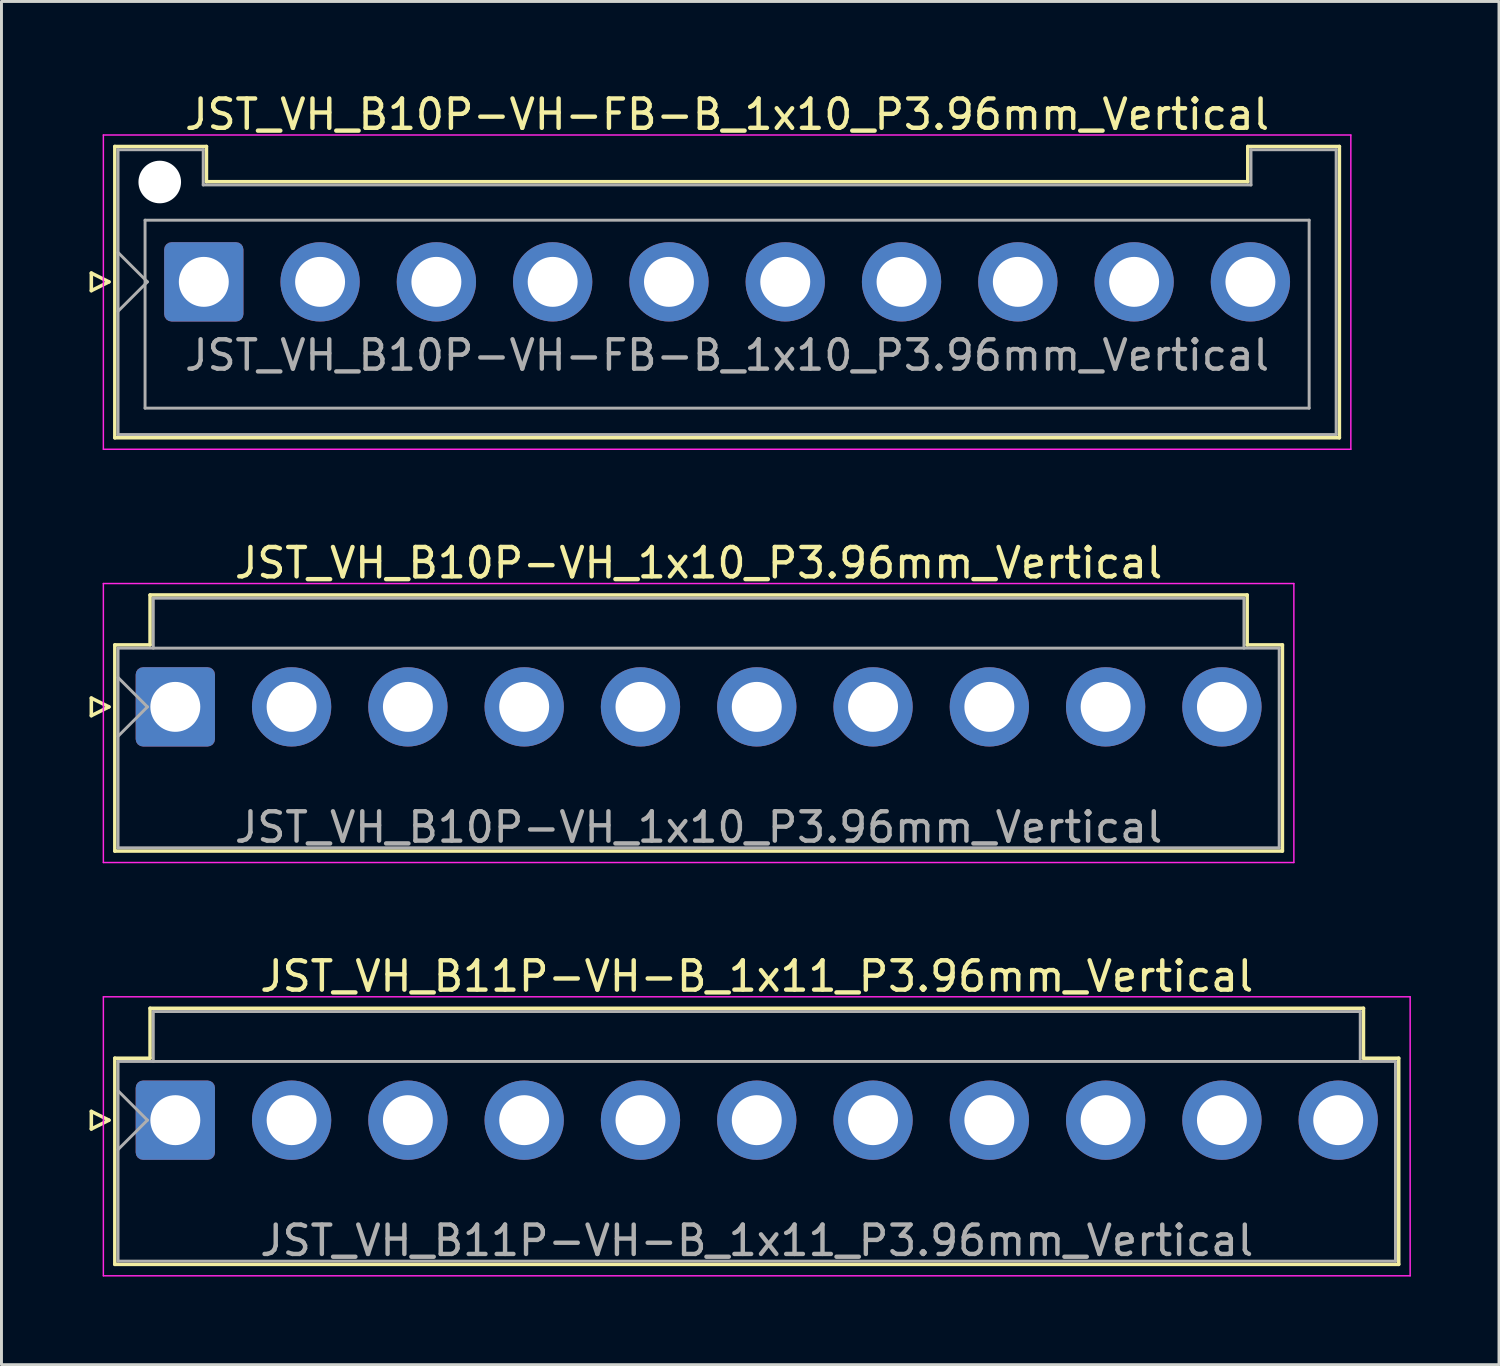
<source format=kicad_pcb>
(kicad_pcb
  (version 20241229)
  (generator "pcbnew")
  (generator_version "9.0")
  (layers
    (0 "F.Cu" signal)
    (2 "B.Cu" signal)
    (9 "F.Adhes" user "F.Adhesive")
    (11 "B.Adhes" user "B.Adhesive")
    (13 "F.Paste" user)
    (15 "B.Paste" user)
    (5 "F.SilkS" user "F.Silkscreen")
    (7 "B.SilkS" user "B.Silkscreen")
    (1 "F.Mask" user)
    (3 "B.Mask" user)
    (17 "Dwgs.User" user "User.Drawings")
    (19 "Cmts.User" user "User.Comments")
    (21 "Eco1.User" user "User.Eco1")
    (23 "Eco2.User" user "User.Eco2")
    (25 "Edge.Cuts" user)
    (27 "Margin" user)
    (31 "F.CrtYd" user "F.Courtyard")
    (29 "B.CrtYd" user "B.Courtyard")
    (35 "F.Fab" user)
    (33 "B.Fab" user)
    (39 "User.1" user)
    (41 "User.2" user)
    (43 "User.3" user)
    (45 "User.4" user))
  (footprint "JST_VH_B10P-VH_1x10_P3.96mm_Vertical"
    (layer "F.Cu")
    (at 2.92 21.021)
    (property "Reference" "JST_VH_B10P-VH_1x10_P3.96mm_Vertical" (at 17.82 -4.9 0) (layer "F.SilkS") (effects (font (size 1 1) (thickness 0.15))))
    (attr through_hole)
    (fp_line (start -2.86 -0.3) (end -2.26 0) (stroke (width 0.12) (type solid)) (layer "F.SilkS"))
    (fp_line (start -2.86 0.3) (end -2.86 -0.3) (stroke (width 0.12) (type solid)) (layer "F.SilkS"))
    (fp_line (start -2.26 0) (end -2.86 0.3) (stroke (width 0.12) (type solid)) (layer "F.SilkS"))
    (fp_line (start -2.06 -2.11) (end -0.86 -2.11) (stroke (width 0.12) (type solid)) (layer "F.SilkS"))
    (fp_line (start -2.06 4.91) (end -2.06 -2.11) (stroke (width 0.12) (type solid)) (layer "F.SilkS"))
    (fp_line (start -0.86 -3.81) (end 36.5 -3.81) (stroke (width 0.12) (type solid)) (layer "F.SilkS"))
    (fp_line (start -0.86 -2.11) (end -0.86 -3.81) (stroke (width 0.12) (type solid)) (layer "F.SilkS"))
    (fp_line (start 36.5 -3.81) (end 36.5 -2.11) (stroke (width 0.12) (type solid)) (layer "F.SilkS"))
    (fp_line (start 36.5 -2.11) (end 37.7 -2.11) (stroke (width 0.12) (type solid)) (layer "F.SilkS"))
    (fp_line (start 37.7 -2.11) (end 37.7 4.91) (stroke (width 0.12) (type solid)) (layer "F.SilkS"))
    (fp_line (start 37.7 4.91) (end -2.06 4.91) (stroke (width 0.12) (type solid)) (layer "F.SilkS"))
    (fp_line (start -2.45 -4.2) (end -2.45 5.3) (stroke (width 0.05) (type solid)) (layer "F.CrtYd"))
    (fp_line (start -2.45 5.3) (end 38.09 5.3) (stroke (width 0.05) (type solid)) (layer "F.CrtYd"))
    (fp_line (start 38.09 -4.2) (end -2.45 -4.2) (stroke (width 0.05) (type solid)) (layer "F.CrtYd"))
    (fp_line (start 38.09 5.3) (end 38.09 -4.2) (stroke (width 0.05) (type solid)) (layer "F.CrtYd"))
    (fp_line (start -1.95 -2) (end -1.95 4.8) (stroke (width 0.1) (type solid)) (layer "F.Fab"))
    (fp_line (start -1.95 -1) (end -0.95 0) (stroke (width 0.1) (type solid)) (layer "F.Fab"))
    (fp_line (start -1.95 1) (end -0.95 0) (stroke (width 0.1) (type solid)) (layer "F.Fab"))
    (fp_line (start -1.95 4.8) (end 37.59 4.8) (stroke (width 0.1) (type solid)) (layer "F.Fab"))
    (fp_line (start -0.75 -3.7) (end 36.39 -3.7) (stroke (width 0.1) (type solid)) (layer "F.Fab"))
    (fp_line (start -0.75 -2) (end -0.75 -3.7) (stroke (width 0.1) (type solid)) (layer "F.Fab"))
    (fp_line (start 36.39 -3.7) (end 36.39 -2) (stroke (width 0.1) (type solid)) (layer "F.Fab"))
    (fp_line (start 37.59 -2) (end -1.95 -2) (stroke (width 0.1) (type solid)) (layer "F.Fab"))
    (fp_line (start 37.59 4.8) (end 37.59 -2) (stroke (width 0.1) (type solid)) (layer "F.Fab"))
    (fp_text user "${REFERENCE}" (at 17.82 4.1 0) (layer "F.Fab") (effects (font (size 1 1) (thickness 0.15))))
    (pad "1" thru_hole roundrect (at 0 0) (size 2.7 2.7) (drill 1.7) (layers "*.Cu" "*.Mask") (roundrect_rratio 0.093))
    (pad "2" thru_hole circle (at 3.96 0) (size 2.7 2.7) (drill 1.7) (layers "*.Cu" "*.Mask"))
    (pad "3" thru_hole circle (at 7.92 0) (size 2.7 2.7) (drill 1.7) (layers "*.Cu" "*.Mask"))
    (pad "4" thru_hole circle (at 11.88 0) (size 2.7 2.7) (drill 1.7) (layers "*.Cu" "*.Mask"))
    (pad "5" thru_hole circle (at 15.84 0) (size 2.7 2.7) (drill 1.7) (layers "*.Cu" "*.Mask"))
    (pad "6" thru_hole circle (at 19.8 0) (size 2.7 2.7) (drill 1.7) (layers "*.Cu" "*.Mask"))
    (pad "7" thru_hole circle (at 23.76 0) (size 2.7 2.7) (drill 1.7) (layers "*.Cu" "*.Mask"))
    (pad "8" thru_hole circle (at 27.72 0) (size 2.7 2.7) (drill 1.7) (layers "*.Cu" "*.Mask"))
    (pad "9" thru_hole circle (at 31.68 0) (size 2.7 2.7) (drill 1.7) (layers "*.Cu" "*.Mask"))
    (pad "10" thru_hole circle (at 35.64 0) (size 2.7 2.7) (drill 1.7) (layers "*.Cu" "*.Mask")))
  (footprint "JST_VH_B11P-VH-B_1x11_P3.96mm_Vertical"
    (layer "F.Cu")
    (at 2.92 35.095)
    (property "Reference" "JST_VH_B11P-VH-B_1x11_P3.96mm_Vertical" (at 19.8 -4.9 0) (layer "F.SilkS") (effects (font (size 1 1) (thickness 0.15))))
    (attr through_hole)
    (fp_line (start -2.86 -0.3) (end -2.26 0) (stroke (width 0.12) (type solid)) (layer "F.SilkS"))
    (fp_line (start -2.86 0.3) (end -2.86 -0.3) (stroke (width 0.12) (type solid)) (layer "F.SilkS"))
    (fp_line (start -2.26 0) (end -2.86 0.3) (stroke (width 0.12) (type solid)) (layer "F.SilkS"))
    (fp_line (start -2.06 -2.11) (end -0.86 -2.11) (stroke (width 0.12) (type solid)) (layer "F.SilkS"))
    (fp_line (start -2.06 4.91) (end -2.06 -2.11) (stroke (width 0.12) (type solid)) (layer "F.SilkS"))
    (fp_line (start -0.86 -3.81) (end 40.46 -3.81) (stroke (width 0.12) (type solid)) (layer "F.SilkS"))
    (fp_line (start -0.86 -2.11) (end -0.86 -3.81) (stroke (width 0.12) (type solid)) (layer "F.SilkS"))
    (fp_line (start 40.46 -3.81) (end 40.46 -2.11) (stroke (width 0.12) (type solid)) (layer "F.SilkS"))
    (fp_line (start 40.46 -2.11) (end 41.66 -2.11) (stroke (width 0.12) (type solid)) (layer "F.SilkS"))
    (fp_line (start 41.66 -2.11) (end 41.66 4.91) (stroke (width 0.12) (type solid)) (layer "F.SilkS"))
    (fp_line (start 41.66 4.91) (end -2.06 4.91) (stroke (width 0.12) (type solid)) (layer "F.SilkS"))
    (fp_line (start -2.45 -4.2) (end -2.45 5.3) (stroke (width 0.05) (type solid)) (layer "F.CrtYd"))
    (fp_line (start -2.45 5.3) (end 42.05 5.3) (stroke (width 0.05) (type solid)) (layer "F.CrtYd"))
    (fp_line (start 42.05 -4.2) (end -2.45 -4.2) (stroke (width 0.05) (type solid)) (layer "F.CrtYd"))
    (fp_line (start 42.05 5.3) (end 42.05 -4.2) (stroke (width 0.05) (type solid)) (layer "F.CrtYd"))
    (fp_line (start -1.95 -2) (end -1.95 4.8) (stroke (width 0.1) (type solid)) (layer "F.Fab"))
    (fp_line (start -1.95 -1) (end -0.95 0) (stroke (width 0.1) (type solid)) (layer "F.Fab"))
    (fp_line (start -1.95 1) (end -0.95 0) (stroke (width 0.1) (type solid)) (layer "F.Fab"))
    (fp_line (start -1.95 4.8) (end 41.55 4.8) (stroke (width 0.1) (type solid)) (layer "F.Fab"))
    (fp_line (start -0.75 -3.7) (end 40.35 -3.7) (stroke (width 0.1) (type solid)) (layer "F.Fab"))
    (fp_line (start -0.75 -2) (end -0.75 -3.7) (stroke (width 0.1) (type solid)) (layer "F.Fab"))
    (fp_line (start 40.35 -3.7) (end 40.35 -2) (stroke (width 0.1) (type solid)) (layer "F.Fab"))
    (fp_line (start 41.55 -2) (end -1.95 -2) (stroke (width 0.1) (type solid)) (layer "F.Fab"))
    (fp_line (start 41.55 4.8) (end 41.55 -2) (stroke (width 0.1) (type solid)) (layer "F.Fab"))
    (fp_text user "${REFERENCE}" (at 19.8 4.1 0) (layer "F.Fab") (effects (font (size 1 1) (thickness 0.15))))
    (pad "1" thru_hole roundrect (at 0 0) (size 2.7 2.7) (drill 1.7) (layers "*.Cu" "*.Mask") (roundrect_rratio 0.093))
    (pad "2" thru_hole circle (at 3.96 0) (size 2.7 2.7) (drill 1.7) (layers "*.Cu" "*.Mask"))
    (pad "3" thru_hole circle (at 7.92 0) (size 2.7 2.7) (drill 1.7) (layers "*.Cu" "*.Mask"))
    (pad "4" thru_hole circle (at 11.88 0) (size 2.7 2.7) (drill 1.7) (layers "*.Cu" "*.Mask"))
    (pad "5" thru_hole circle (at 15.84 0) (size 2.7 2.7) (drill 1.7) (layers "*.Cu" "*.Mask"))
    (pad "6" thru_hole circle (at 19.8 0) (size 2.7 2.7) (drill 1.7) (layers "*.Cu" "*.Mask"))
    (pad "7" thru_hole circle (at 23.76 0) (size 2.7 2.7) (drill 1.7) (layers "*.Cu" "*.Mask"))
    (pad "8" thru_hole circle (at 27.72 0) (size 2.7 2.7) (drill 1.7) (layers "*.Cu" "*.Mask"))
    (pad "9" thru_hole circle (at 31.68 0) (size 2.7 2.7) (drill 1.7) (layers "*.Cu" "*.Mask"))
    (pad "10" thru_hole circle (at 35.64 0) (size 2.7 2.7) (drill 1.7) (layers "*.Cu" "*.Mask"))
    (pad "11" thru_hole circle (at 39.6 0) (size 2.7 2.7) (drill 1.7) (layers "*.Cu" "*.Mask")))
  (footprint "JST_VH_B10P-VH-FB-B_1x10_P3.96mm_Vertical"
    (layer "F.Cu")
    (at 3.89 6.548)
    (property "Reference" "JST_VH_B10P-VH-FB-B_1x10_P3.96mm_Vertical" (at 17.82 -5.7 0) (layer "F.SilkS") (effects (font (size 1 1) (thickness 0.15))))
    (attr through_hole)
    (fp_line (start -3.83 -0.3) (end -3.23 0) (stroke (width 0.12) (type solid)) (layer "F.SilkS"))
    (fp_line (start -3.83 0.3) (end -3.83 -0.3) (stroke (width 0.12) (type solid)) (layer "F.SilkS"))
    (fp_line (start -3.23 0) (end -3.83 0.3) (stroke (width 0.12) (type solid)) (layer "F.SilkS"))
    (fp_line (start -3.03 -4.61) (end 0.09 -4.61) (stroke (width 0.12) (type solid)) (layer "F.SilkS"))
    (fp_line (start -3.03 5.31) (end -3.03 -4.61) (stroke (width 0.12) (type solid)) (layer "F.SilkS"))
    (fp_line (start 0.09 -4.61) (end 0.09 -3.41) (stroke (width 0.12) (type solid)) (layer "F.SilkS"))
    (fp_line (start 0.09 -3.41) (end 35.55 -3.41) (stroke (width 0.12) (type solid)) (layer "F.SilkS"))
    (fp_line (start 35.55 -4.61) (end 38.67 -4.61) (stroke (width 0.12) (type solid)) (layer "F.SilkS"))
    (fp_line (start 35.55 -3.41) (end 35.55 -4.61) (stroke (width 0.12) (type solid)) (layer "F.SilkS"))
    (fp_line (start 38.67 -4.61) (end 38.67 5.31) (stroke (width 0.12) (type solid)) (layer "F.SilkS"))
    (fp_line (start 38.67 5.31) (end -3.03 5.31) (stroke (width 0.12) (type solid)) (layer "F.SilkS"))
    (fp_line (start -3.42 -5) (end -3.42 5.7) (stroke (width 0.05) (type solid)) (layer "F.CrtYd"))
    (fp_line (start -3.42 5.7) (end 39.06 5.7) (stroke (width 0.05) (type solid)) (layer "F.CrtYd"))
    (fp_line (start 39.06 -5) (end -3.42 -5) (stroke (width 0.05) (type solid)) (layer "F.CrtYd"))
    (fp_line (start 39.06 5.7) (end 39.06 -5) (stroke (width 0.05) (type solid)) (layer "F.CrtYd"))
    (fp_line (start -2.92 -4.5) (end -0.02 -4.5) (stroke (width 0.1) (type solid)) (layer "F.Fab"))
    (fp_line (start -2.92 -1) (end -1.92 0) (stroke (width 0.1) (type solid)) (layer "F.Fab"))
    (fp_line (start -2.92 1) (end -1.92 0) (stroke (width 0.1) (type solid)) (layer "F.Fab"))
    (fp_line (start -2.92 5.2) (end -2.92 -4.5) (stroke (width 0.1) (type solid)) (layer "F.Fab"))
    (fp_line (start -2 -2.1) (end 37.64 -2.1) (stroke (width 0.1) (type solid)) (layer "F.Fab"))
    (fp_line (start -2 4.3) (end -2 -2.1) (stroke (width 0.1) (type solid)) (layer "F.Fab"))
    (fp_line (start -0.02 -4.5) (end -0.02 -3.3) (stroke (width 0.1) (type solid)) (layer "F.Fab"))
    (fp_line (start -0.02 -3.3) (end 35.66 -3.3) (stroke (width 0.1) (type solid)) (layer "F.Fab"))
    (fp_line (start 35.66 -4.5) (end 38.56 -4.5) (stroke (width 0.1) (type solid)) (layer "F.Fab"))
    (fp_line (start 35.66 -3.3) (end 35.66 -4.5) (stroke (width 0.1) (type solid)) (layer "F.Fab"))
    (fp_line (start 37.64 -2.1) (end 37.64 4.3) (stroke (width 0.1) (type solid)) (layer "F.Fab"))
    (fp_line (start 37.64 4.3) (end -2 4.3) (stroke (width 0.1) (type solid)) (layer "F.Fab"))
    (fp_line (start 38.56 -4.5) (end 38.56 5.2) (stroke (width 0.1) (type solid)) (layer "F.Fab"))
    (fp_line (start 38.56 5.2) (end -2.92 5.2) (stroke (width 0.1) (type solid)) (layer "F.Fab"))
    (fp_text user "${REFERENCE}" (at 17.82 2.5 0) (layer "F.Fab") (effects (font (size 1 1) (thickness 0.15))))
    (pad "" np_thru_hole circle (at -1.5 -3.4) (size 1.45 1.45) (drill 1.45) (layers "*.Cu" "*.Mask"))
    (pad "1" thru_hole roundrect (at 0 0) (size 2.7 2.7) (drill 1.7) (layers "*.Cu" "*.Mask") (roundrect_rratio 0.093))
    (pad "2" thru_hole circle (at 3.96 0) (size 2.7 2.7) (drill 1.7) (layers "*.Cu" "*.Mask"))
    (pad "3" thru_hole circle (at 7.92 0) (size 2.7 2.7) (drill 1.7) (layers "*.Cu" "*.Mask"))
    (pad "4" thru_hole circle (at 11.88 0) (size 2.7 2.7) (drill 1.7) (layers "*.Cu" "*.Mask"))
    (pad "5" thru_hole circle (at 15.84 0) (size 2.7 2.7) (drill 1.7) (layers "*.Cu" "*.Mask"))
    (pad "6" thru_hole circle (at 19.8 0) (size 2.7 2.7) (drill 1.7) (layers "*.Cu" "*.Mask"))
    (pad "7" thru_hole circle (at 23.76 0) (size 2.7 2.7) (drill 1.7) (layers "*.Cu" "*.Mask"))
    (pad "8" thru_hole circle (at 27.72 0) (size 2.7 2.7) (drill 1.7) (layers "*.Cu" "*.Mask"))
    (pad "9" thru_hole circle (at 31.68 0) (size 2.7 2.7) (drill 1.7) (layers "*.Cu" "*.Mask"))
    (pad "10" thru_hole circle (at 35.64 0) (size 2.7 2.7) (drill 1.7) (layers "*.Cu" "*.Mask")))
  (gr_rect
    (start -3 -3)
    (end 47.995 43.42)
    (stroke (width 0.1) (type default))
    (fill no)
    (layer "Edge.Cuts")))
</source>
